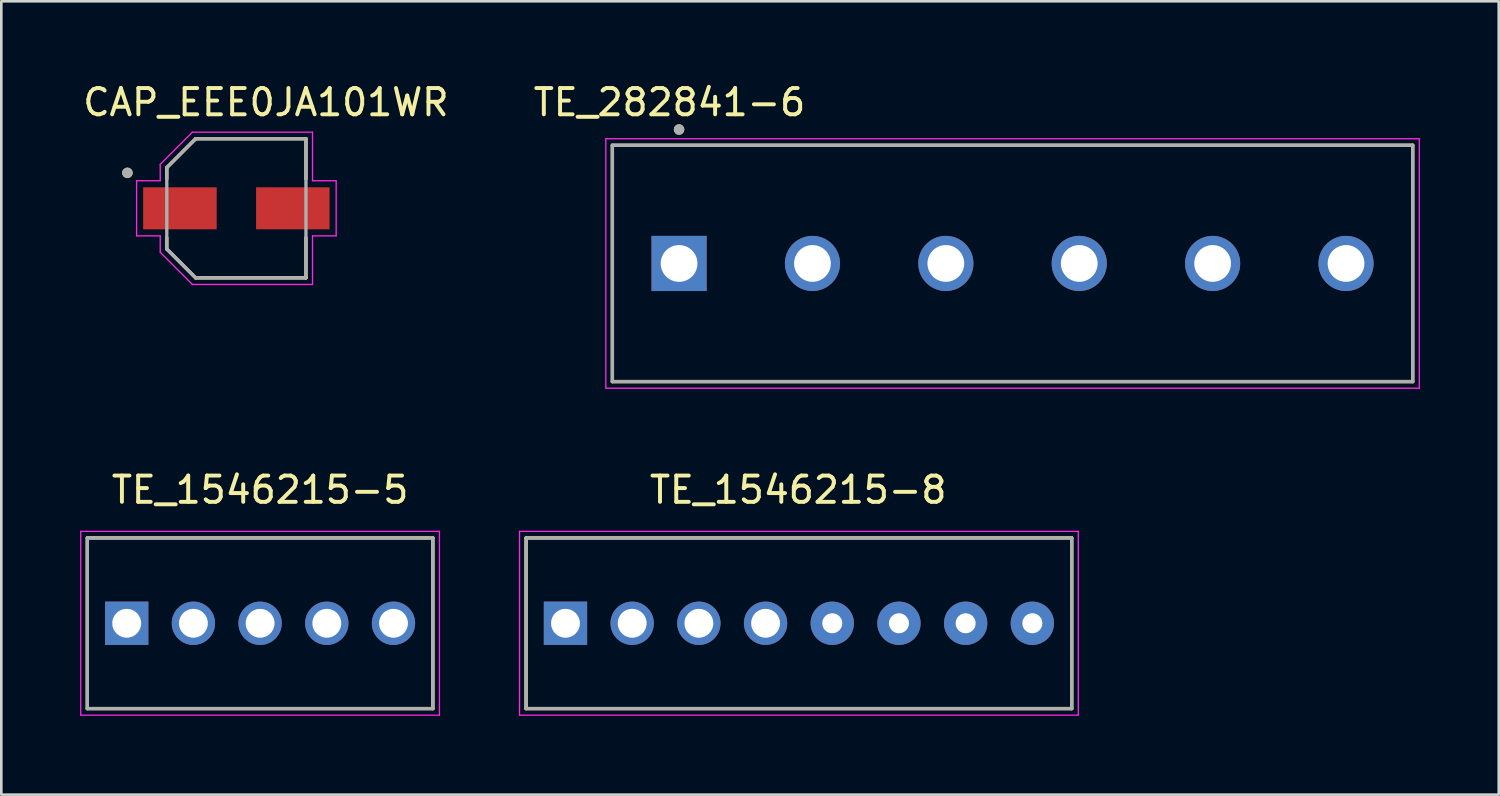
<source format=kicad_pcb>
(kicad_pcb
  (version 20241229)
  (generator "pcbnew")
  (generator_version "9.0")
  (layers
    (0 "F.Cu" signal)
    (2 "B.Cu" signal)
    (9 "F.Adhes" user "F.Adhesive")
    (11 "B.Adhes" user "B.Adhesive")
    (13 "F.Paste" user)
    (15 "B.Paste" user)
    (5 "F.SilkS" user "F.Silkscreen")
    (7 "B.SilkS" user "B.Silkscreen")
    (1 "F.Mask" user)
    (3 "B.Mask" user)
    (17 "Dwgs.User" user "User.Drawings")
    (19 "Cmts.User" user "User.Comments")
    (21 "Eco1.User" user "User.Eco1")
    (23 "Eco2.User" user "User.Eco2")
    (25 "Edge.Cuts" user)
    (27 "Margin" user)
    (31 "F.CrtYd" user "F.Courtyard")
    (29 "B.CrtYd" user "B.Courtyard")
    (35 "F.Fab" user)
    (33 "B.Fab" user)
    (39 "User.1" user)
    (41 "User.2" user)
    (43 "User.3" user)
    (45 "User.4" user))
  (footprint "TE_1546215-5"
    (layer "F.Cu")
    (at 6.855 20.686)
    (property "Reference" "TE_1546215-5" (at 0 -5.08 0) (unlocked yes) (layer "F.SilkS") (effects (font (size 1 1) (thickness 0.15))))
    (attr through_hole)
    (fp_line (start -6.58 -3.25) (end 6.58 -3.25) (stroke (width 0.127) (type solid)) (layer "F.SilkS"))
    (fp_line (start -6.58 3.25) (end -6.58 -3.25) (stroke (width 0.127) (type solid)) (layer "F.SilkS"))
    (fp_line (start 6.58 -3.25) (end 6.58 3.25) (stroke (width 0.127) (type solid)) (layer "F.SilkS"))
    (fp_line (start 6.58 3.25) (end -6.58 3.25) (stroke (width 0.127) (type solid)) (layer "F.SilkS"))
    (fp_line (start -6.83 -3.5) (end 6.83 -3.5) (stroke (width 0.05) (type solid)) (layer "F.CrtYd"))
    (fp_line (start -6.83 3.5) (end -6.83 -3.5) (stroke (width 0.05) (type solid)) (layer "F.CrtYd"))
    (fp_line (start 6.83 -3.5) (end 6.83 3.5) (stroke (width 0.05) (type solid)) (layer "F.CrtYd"))
    (fp_line (start 6.83 3.5) (end -6.83 3.5) (stroke (width 0.05) (type solid)) (layer "F.CrtYd"))
    (fp_line (start -6.58 -3.25) (end 6.58 -3.25) (stroke (width 0.127) (type solid)) (layer "F.Fab"))
    (fp_line (start -6.58 3.25) (end -6.58 -3.25) (stroke (width 0.127) (type solid)) (layer "F.Fab"))
    (fp_line (start 6.58 -3.25) (end 6.58 3.25) (stroke (width 0.127) (type solid)) (layer "F.Fab"))
    (fp_line (start 6.58 3.25) (end -6.58 3.25) (stroke (width 0.127) (type solid)) (layer "F.Fab"))
    (pad "1" thru_hole rect (at -5.08 0) (size 1.65 1.65) (drill 1.1) (layers "*.Cu" "*.Mask"))
    (pad "2" thru_hole circle (at -2.54 0) (size 1.65 1.65) (drill 1.1) (layers "*.Cu" "*.Mask"))
    (pad "3" thru_hole circle (at 0 0) (size 1.65 1.65) (drill 1.1) (layers "*.Cu" "*.Mask"))
    (pad "4" thru_hole circle (at 2.54 0) (size 1.65 1.65) (drill 1.1) (layers "*.Cu" "*.Mask"))
    (pad "5" thru_hole circle (at 5.08 0) (size 1.65 1.65) (drill 1.1) (layers "*.Cu" "*.Mask")))
  (footprint "TE_282841-6"
    (layer "F.Cu")
    (at 35.511 6.983)
    (property "Reference" "TE_282841-6" (at -13.065 -6.135 0) (layer "F.SilkS") (effects (font (size 1 1) (thickness 0.15))))
    (attr through_hole)
    (fp_line (start -15.24 -4.5) (end 15.24 -4.5) (stroke (width 0.127) (type solid)) (layer "F.SilkS"))
    (fp_line (start -15.24 4.5) (end -15.24 -4.5) (stroke (width 0.127) (type solid)) (layer "F.SilkS"))
    (fp_line (start 15.24 -4.5) (end 15.24 4.5) (stroke (width 0.127) (type solid)) (layer "F.SilkS"))
    (fp_line (start 15.24 4.5) (end -15.24 4.5) (stroke (width 0.127) (type solid)) (layer "F.SilkS"))
    (fp_circle (center -12.7 -5.1) (end -12.6 -5.1) (stroke (width 0.2) (type solid)) (fill no) (layer "F.SilkS"))
    (fp_line (start -15.49 -4.75) (end 15.49 -4.75) (stroke (width 0.05) (type solid)) (layer "F.CrtYd"))
    (fp_line (start -15.49 4.75) (end -15.49 -4.75) (stroke (width 0.05) (type solid)) (layer "F.CrtYd"))
    (fp_line (start 15.49 -4.75) (end 15.49 4.75) (stroke (width 0.05) (type solid)) (layer "F.CrtYd"))
    (fp_line (start 15.49 4.75) (end -15.49 4.75) (stroke (width 0.05) (type solid)) (layer "F.CrtYd"))
    (fp_line (start -15.24 -4.5) (end 15.24 -4.5) (stroke (width 0.127) (type solid)) (layer "F.Fab"))
    (fp_line (start -15.24 4.5) (end -15.24 -4.5) (stroke (width 0.127) (type solid)) (layer "F.Fab"))
    (fp_line (start 15.24 -4.5) (end 15.24 4.5) (stroke (width 0.127) (type solid)) (layer "F.Fab"))
    (fp_line (start 15.24 4.5) (end -15.24 4.5) (stroke (width 0.127) (type solid)) (layer "F.Fab"))
    (fp_circle (center -12.7 -5.1) (end -12.6 -5.1) (stroke (width 0.2) (type solid)) (fill no) (layer "F.Fab"))
    (pad "1" thru_hole rect (at -12.7 0) (size 2.1 2.1) (drill 1.4) (layers "*.Cu" "*.Mask"))
    (pad "2" thru_hole circle (at -7.62 0) (size 2.1 2.1) (drill 1.4) (layers "*.Cu" "*.Mask"))
    (pad "3" thru_hole circle (at -2.54 0) (size 2.1 2.1) (drill 1.4) (layers "*.Cu" "*.Mask"))
    (pad "4" thru_hole circle (at 2.54 0) (size 2.1 2.1) (drill 1.4) (layers "*.Cu" "*.Mask"))
    (pad "5" thru_hole circle (at 7.62 0) (size 2.1 2.1) (drill 1.4) (layers "*.Cu" "*.Mask"))
    (pad "6" thru_hole circle (at 12.7 0) (size 2.1 2.1) (drill 1.4) (layers "*.Cu" "*.Mask")))
  (footprint "TE_1546215-8"
    (layer "F.Cu")
    (at 27.347 20.686)
    (property "Reference" "TE_1546215-8" (at 0 -5.08 0) (unlocked yes) (layer "F.SilkS") (effects (font (size 1 1) (thickness 0.15))))
    (attr through_hole)
    (fp_line (start -10.362 -3.25) (end 10.418 -3.25) (stroke (width 0.127) (type solid)) (layer "F.SilkS"))
    (fp_line (start -10.362 3.25) (end -10.362 -3.25) (stroke (width 0.127) (type solid)) (layer "F.SilkS"))
    (fp_line (start 10.418 -3.25) (end 10.418 3.25) (stroke (width 0.127) (type solid)) (layer "F.SilkS"))
    (fp_line (start 10.418 3.25) (end -10.362 3.25) (stroke (width 0.127) (type solid)) (layer "F.SilkS"))
    (fp_line (start -10.612 -3.5) (end 10.668 -3.5) (stroke (width 0.05) (type solid)) (layer "F.CrtYd"))
    (fp_line (start -10.612 3.5) (end -10.612 -3.5) (stroke (width 0.05) (type solid)) (layer "F.CrtYd"))
    (fp_line (start 10.668 -3.5) (end 10.668 3.5) (stroke (width 0.05) (type solid)) (layer "F.CrtYd"))
    (fp_line (start 10.668 3.5) (end -10.612 3.5) (stroke (width 0.05) (type solid)) (layer "F.CrtYd"))
    (fp_line (start -10.362 -3.25) (end 10.418 -3.25) (stroke (width 0.127) (type solid)) (layer "F.Fab"))
    (fp_line (start -10.362 3.25) (end -10.362 -3.25) (stroke (width 0.127) (type solid)) (layer "F.Fab"))
    (fp_line (start 10.418 -3.25) (end 10.418 3.25) (stroke (width 0.127) (type solid)) (layer "F.Fab"))
    (fp_line (start 10.418 3.25) (end -10.362 3.25) (stroke (width 0.127) (type solid)) (layer "F.Fab"))
    (pad "1" thru_hole rect (at -8.862 0) (size 1.65 1.65) (drill 1.1) (layers "*.Cu" "*.Mask"))
    (pad "2" thru_hole circle (at -6.322 0) (size 1.65 1.65) (drill 1.1) (layers "*.Cu" "*.Mask"))
    (pad "3" thru_hole circle (at -3.782 0) (size 1.65 1.65) (drill 1.1) (layers "*.Cu" "*.Mask"))
    (pad "4" thru_hole circle (at -1.242 0) (size 1.65 1.65) (drill 1.1) (layers "*.Cu" "*.Mask"))
    (pad "5" thru_hole circle (at 1.298 0) (size 1.65 1.65) (drill 0.762) (layers "*.Cu" "*.Mask"))
    (pad "6" thru_hole circle (at 3.838 0) (size 1.65 1.65) (drill 0.762) (layers "*.Cu" "*.Mask"))
    (pad "7" thru_hole circle (at 6.378 0) (size 1.65 1.65) (drill 0.762) (layers "*.Cu" "*.Mask"))
    (pad "8" thru_hole circle (at 8.918 0) (size 1.65 1.65) (drill 0.762) (layers "*.Cu" "*.Mask")))
  (footprint "CAP_EEE0JA101WR"
    (layer "F.Cu")
    (at 5.952 4.883)
    (property "Reference" "CAP_EEE0JA101WR" (at 1.125 -4.035 0) (layer "F.SilkS") (effects (font (size 1 1) (thickness 0.15))))
    (attr through_hole)
    (fp_line (start -2.65 -1.55) (end -2.65 -1.12) (stroke (width 0.127) (type solid)) (layer "F.SilkS"))
    (fp_line (start -2.65 1.12) (end -2.65 1.55) (stroke (width 0.127) (type solid)) (layer "F.SilkS"))
    (fp_line (start -2.65 1.55) (end -1.55 2.65) (stroke (width 0.127) (type solid)) (layer "F.SilkS"))
    (fp_line (start -1.55 -2.65) (end -2.65 -1.55) (stroke (width 0.127) (type solid)) (layer "F.SilkS"))
    (fp_line (start -1.55 2.65) (end 2.65 2.65) (stroke (width 0.127) (type solid)) (layer "F.SilkS"))
    (fp_line (start 2.65 -2.65) (end -1.55 -2.65) (stroke (width 0.127) (type solid)) (layer "F.SilkS"))
    (fp_line (start 2.65 -1.12) (end 2.65 -2.65) (stroke (width 0.127) (type solid)) (layer "F.SilkS"))
    (fp_line (start 2.65 2.65) (end 2.65 1.12) (stroke (width 0.127) (type solid)) (layer "F.SilkS"))
    (fp_circle (center -4.15 -1.35) (end -4.05 -1.35) (stroke (width 0.2) (type solid)) (fill no) (layer "F.SilkS"))
    (fp_line (start -3.8 -1.05) (end -2.9 -1.05) (stroke (width 0.05) (type solid)) (layer "F.CrtYd"))
    (fp_line (start -3.8 1.05) (end -3.8 -1.05) (stroke (width 0.05) (type solid)) (layer "F.CrtYd"))
    (fp_line (start -2.9 -1.675) (end -1.675 -2.9) (stroke (width 0.05) (type solid)) (layer "F.CrtYd"))
    (fp_line (start -2.9 -1.05) (end -2.9 -1.675) (stroke (width 0.05) (type solid)) (layer "F.CrtYd"))
    (fp_line (start -2.9 1.05) (end -3.8 1.05) (stroke (width 0.05) (type solid)) (layer "F.CrtYd"))
    (fp_line (start -2.9 1.675) (end -2.9 1.05) (stroke (width 0.05) (type solid)) (layer "F.CrtYd"))
    (fp_line (start -1.675 -2.9) (end 2.9 -2.9) (stroke (width 0.05) (type solid)) (layer "F.CrtYd"))
    (fp_line (start -1.675 2.9) (end -2.9 1.675) (stroke (width 0.05) (type solid)) (layer "F.CrtYd"))
    (fp_line (start 2.9 -2.9) (end 2.9 -1.05) (stroke (width 0.05) (type solid)) (layer "F.CrtYd"))
    (fp_line (start 2.9 -1.05) (end 3.8 -1.05) (stroke (width 0.05) (type solid)) (layer "F.CrtYd"))
    (fp_line (start 2.9 1.05) (end 2.9 2.9) (stroke (width 0.05) (type solid)) (layer "F.CrtYd"))
    (fp_line (start 2.9 2.9) (end -1.675 2.9) (stroke (width 0.05) (type solid)) (layer "F.CrtYd"))
    (fp_line (start 3.8 -1.05) (end 3.8 1.05) (stroke (width 0.05) (type solid)) (layer "F.CrtYd"))
    (fp_line (start 3.8 1.05) (end 2.9 1.05) (stroke (width 0.05) (type solid)) (layer "F.CrtYd"))
    (fp_line (start -2.65 -1.55) (end -2.65 1.55) (stroke (width 0.127) (type solid)) (layer "F.Fab"))
    (fp_line (start -2.65 1.55) (end -1.55 2.65) (stroke (width 0.127) (type solid)) (layer "F.Fab"))
    (fp_line (start -1.55 -2.65) (end -2.65 -1.55) (stroke (width 0.127) (type solid)) (layer "F.Fab"))
    (fp_line (start -1.55 2.65) (end 2.65 2.65) (stroke (width 0.127) (type solid)) (layer "F.Fab"))
    (fp_line (start 2.65 -2.65) (end -1.55 -2.65) (stroke (width 0.127) (type solid)) (layer "F.Fab"))
    (fp_line (start 2.65 2.65) (end 2.65 -2.65) (stroke (width 0.127) (type solid)) (layer "F.Fab"))
    (fp_circle (center -4.15 -1.35) (end -4.05 -1.35) (stroke (width 0.2) (type solid)) (fill no) (layer "F.Fab"))
    (pad "1" smd rect (at -2.15 0) (size 2.8 1.6) (layers "F.Cu" "F.Mask" "F.Paste"))
    (pad "2" smd rect (at 2.15 0) (size 2.8 1.6) (layers "F.Cu" "F.Mask" "F.Paste")))
  (gr_rect
    (start -3 -3)
    (end 54.026 27.212)
    (stroke (width 0.1) (type default))
    (fill no)
    (layer "Edge.Cuts")))
</source>
